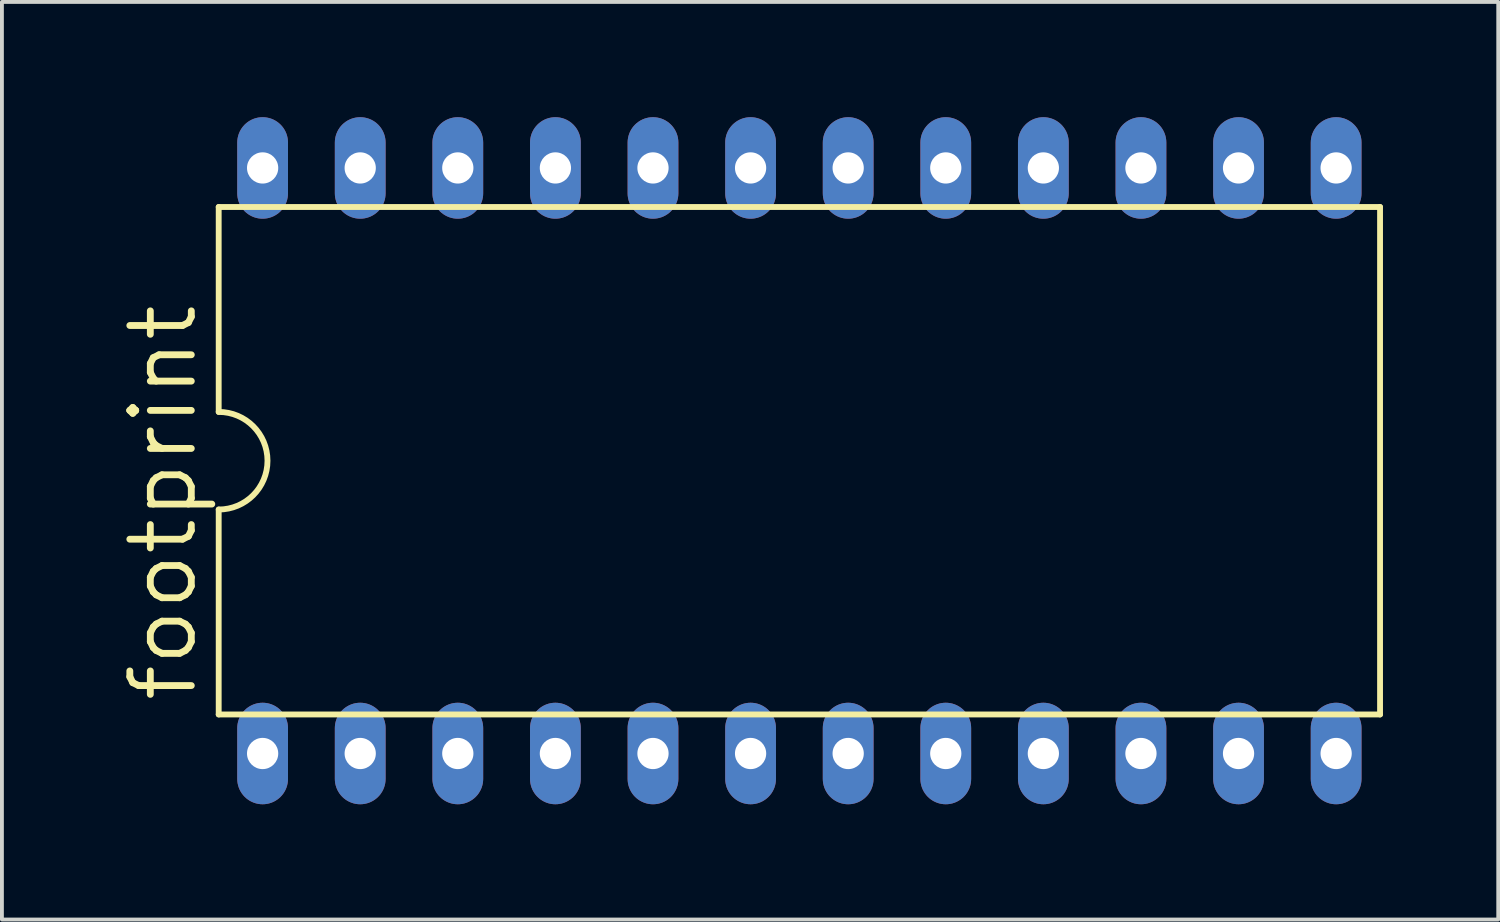
<source format=kicad_pcb>
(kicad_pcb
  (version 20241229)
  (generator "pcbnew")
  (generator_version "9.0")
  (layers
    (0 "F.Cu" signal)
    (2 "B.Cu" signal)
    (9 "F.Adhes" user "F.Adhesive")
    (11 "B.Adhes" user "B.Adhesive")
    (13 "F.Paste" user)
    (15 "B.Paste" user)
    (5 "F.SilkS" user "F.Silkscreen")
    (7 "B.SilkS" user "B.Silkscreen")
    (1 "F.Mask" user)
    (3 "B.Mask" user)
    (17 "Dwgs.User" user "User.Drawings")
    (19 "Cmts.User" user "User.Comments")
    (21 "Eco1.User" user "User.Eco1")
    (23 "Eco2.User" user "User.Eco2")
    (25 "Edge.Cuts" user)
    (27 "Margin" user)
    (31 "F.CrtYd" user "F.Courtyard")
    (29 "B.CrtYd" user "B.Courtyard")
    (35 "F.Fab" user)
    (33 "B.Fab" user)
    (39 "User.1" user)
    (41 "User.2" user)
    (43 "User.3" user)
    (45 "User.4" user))
  (footprint "footprint"
    (layer "F.Cu")
    (at 17.755 8.941)
    (property "Reference" "footprint" (at -15.621 6.35 90) (layer "F.SilkS") (effects (font (size 1.6 1.6) (thickness 0.178)) (justify left bottom)))
    (fp_line (start -15.113 -6.604) (end -15.113 -1.27) (stroke (width 0.152) (type solid)) (layer "F.SilkS"))
    (fp_line (start -15.113 -6.604) (end 15.113 -6.604) (stroke (width 0.152) (type solid)) (layer "F.SilkS"))
    (fp_line (start -15.113 1.27) (end -15.113 6.604) (stroke (width 0.152) (type solid)) (layer "F.SilkS"))
    (fp_line (start -15.113 6.604) (end 15.113 6.604) (stroke (width 0.152) (type solid)) (layer "F.SilkS"))
    (fp_line (start 15.113 6.604) (end 15.113 -6.604) (stroke (width 0.152) (type solid)) (layer "F.SilkS"))
    (fp_arc (start -15.113 -1.27) (mid -13.843 0) (end -15.113 1.27) (stroke (width 0.1524) (type solid)) (layer "F.SilkS"))
    (pad "1" thru_hole oval (at -13.97 7.62 90) (size 2.642 1.321) (drill 0.813) (layers "*.Cu" "*.Mask"))
    (pad "2" thru_hole oval (at -11.43 7.62 90) (size 2.642 1.321) (drill 0.813) (layers "*.Cu" "*.Mask"))
    (pad "3" thru_hole oval (at -8.89 7.62 90) (size 2.642 1.321) (drill 0.813) (layers "*.Cu" "*.Mask"))
    (pad "4" thru_hole oval (at -6.35 7.62 90) (size 2.642 1.321) (drill 0.813) (layers "*.Cu" "*.Mask"))
    (pad "5" thru_hole oval (at -3.81 7.62 90) (size 2.642 1.321) (drill 0.813) (layers "*.Cu" "*.Mask"))
    (pad "6" thru_hole oval (at -1.27 7.62 90) (size 2.642 1.321) (drill 0.813) (layers "*.Cu" "*.Mask"))
    (pad "7" thru_hole oval (at 1.27 7.62 90) (size 2.642 1.321) (drill 0.813) (layers "*.Cu" "*.Mask"))
    (pad "8" thru_hole oval (at 3.81 7.62 90) (size 2.642 1.321) (drill 0.813) (layers "*.Cu" "*.Mask"))
    (pad "9" thru_hole oval (at 6.35 7.62 90) (size 2.642 1.321) (drill 0.813) (layers "*.Cu" "*.Mask"))
    (pad "10" thru_hole oval (at 8.89 7.62 90) (size 2.642 1.321) (drill 0.813) (layers "*.Cu" "*.Mask"))
    (pad "11" thru_hole oval (at 11.43 7.62 90) (size 2.642 1.321) (drill 0.813) (layers "*.Cu" "*.Mask"))
    (pad "12" thru_hole oval (at 13.97 7.62 90) (size 2.642 1.321) (drill 0.813) (layers "*.Cu" "*.Mask"))
    (pad "13" thru_hole oval (at 13.97 -7.62 90) (size 2.642 1.321) (drill 0.813) (layers "*.Cu" "*.Mask"))
    (pad "14" thru_hole oval (at 11.43 -7.62 90) (size 2.642 1.321) (drill 0.813) (layers "*.Cu" "*.Mask"))
    (pad "15" thru_hole oval (at 8.89 -7.62 90) (size 2.642 1.321) (drill 0.813) (layers "*.Cu" "*.Mask"))
    (pad "16" thru_hole oval (at 6.35 -7.62 90) (size 2.642 1.321) (drill 0.813) (layers "*.Cu" "*.Mask"))
    (pad "17" thru_hole oval (at 3.81 -7.62 90) (size 2.642 1.321) (drill 0.813) (layers "*.Cu" "*.Mask"))
    (pad "18" thru_hole oval (at 1.27 -7.62 90) (size 2.642 1.321) (drill 0.813) (layers "*.Cu" "*.Mask"))
    (pad "19" thru_hole oval (at -1.27 -7.62 90) (size 2.642 1.321) (drill 0.813) (layers "*.Cu" "*.Mask"))
    (pad "20" thru_hole oval (at -3.81 -7.62 90) (size 2.642 1.321) (drill 0.813) (layers "*.Cu" "*.Mask"))
    (pad "21" thru_hole oval (at -6.35 -7.62 90) (size 2.642 1.321) (drill 0.813) (layers "*.Cu" "*.Mask"))
    (pad "22" thru_hole oval (at -8.89 -7.62 90) (size 2.642 1.321) (drill 0.813) (layers "*.Cu" "*.Mask"))
    (pad "23" thru_hole oval (at -11.43 -7.62 90) (size 2.642 1.321) (drill 0.813) (layers "*.Cu" "*.Mask"))
    (pad "24" thru_hole oval (at -13.97 -7.62 90) (size 2.642 1.321) (drill 0.813) (layers "*.Cu" "*.Mask")))
  (gr_rect
    (start -3 -3)
    (end 35.944 20.882)
    (stroke (width 0.1) (type default))
    (fill no)
    (layer "Edge.Cuts")))
</source>
